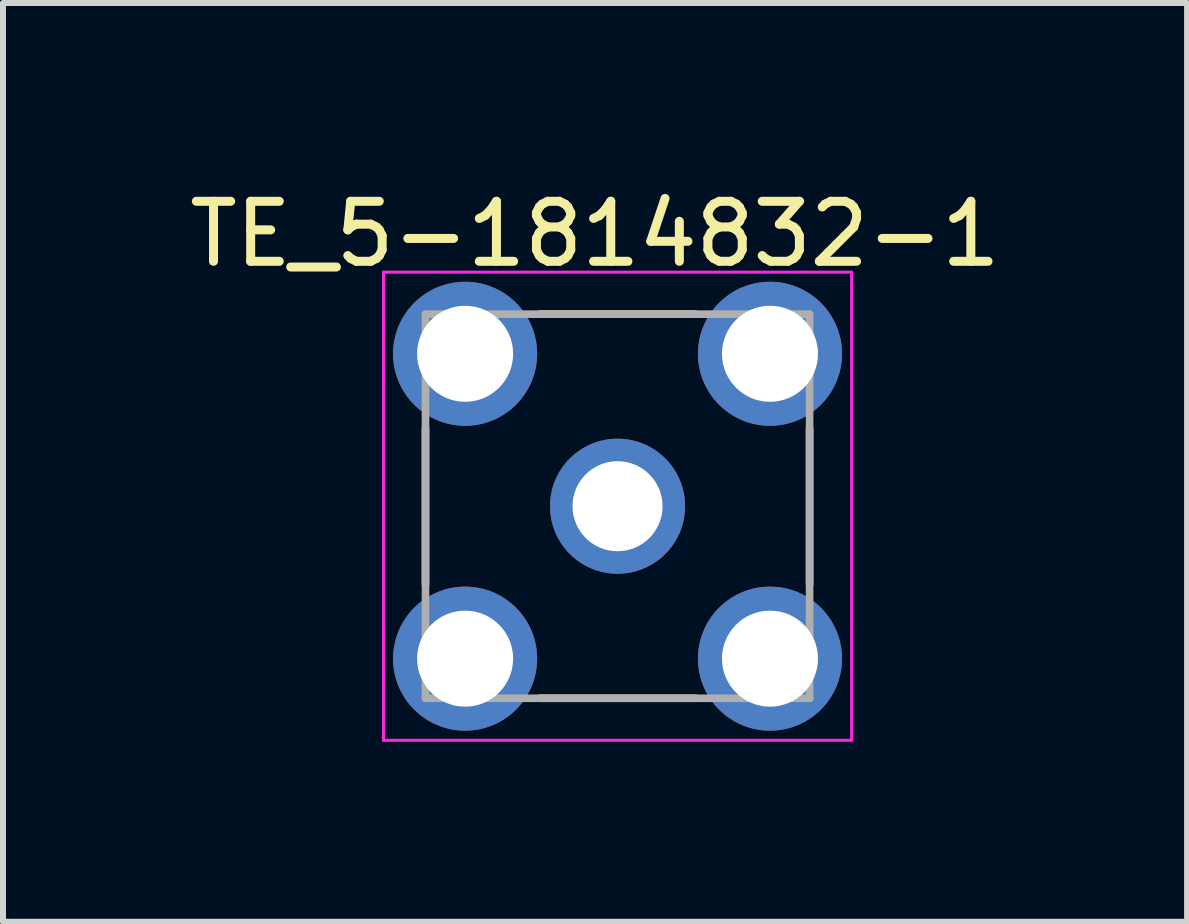
<source format=kicad_pcb>
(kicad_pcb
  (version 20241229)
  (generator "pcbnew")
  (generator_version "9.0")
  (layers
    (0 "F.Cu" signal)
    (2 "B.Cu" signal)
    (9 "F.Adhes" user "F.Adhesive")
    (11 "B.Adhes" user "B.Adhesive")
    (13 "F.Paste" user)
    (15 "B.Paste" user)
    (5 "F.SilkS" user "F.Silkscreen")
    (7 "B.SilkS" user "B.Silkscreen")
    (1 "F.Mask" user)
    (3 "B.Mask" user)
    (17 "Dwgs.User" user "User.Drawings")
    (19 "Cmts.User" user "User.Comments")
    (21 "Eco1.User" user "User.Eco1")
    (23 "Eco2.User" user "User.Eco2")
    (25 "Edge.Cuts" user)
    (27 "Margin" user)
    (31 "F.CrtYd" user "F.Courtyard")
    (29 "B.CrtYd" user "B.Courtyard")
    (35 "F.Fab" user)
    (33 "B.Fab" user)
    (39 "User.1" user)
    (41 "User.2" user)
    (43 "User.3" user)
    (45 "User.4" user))
  (footprint "TE_5-1814832-1"
    (layer "F.Cu")
    (at 7.24 5.385)
    (property "Reference" "TE_5-1814832-1" (at -0.375 -4.536 0) (layer "F.SilkS") (effects (font (size 1 1) (thickness 0.15))))
    (attr through_hole)
    (fp_line (start -3.2 1.3) (end -3.2 -1.3) (stroke (width 0.127) (type solid)) (layer "F.SilkS"))
    (fp_line (start -1.3 -3.2) (end 1.3 -3.2) (stroke (width 0.127) (type solid)) (layer "F.SilkS"))
    (fp_line (start 1.3 3.2) (end -1.3 3.2) (stroke (width 0.127) (type solid)) (layer "F.SilkS"))
    (fp_line (start 3.2 1.3) (end 3.2 -1.3) (stroke (width 0.127) (type solid)) (layer "F.SilkS"))
    (fp_line (start -3.9 -3.9) (end 3.9 -3.9) (stroke (width 0.05) (type solid)) (layer "F.CrtYd"))
    (fp_line (start -3.9 3.9) (end -3.9 -3.9) (stroke (width 0.05) (type solid)) (layer "F.CrtYd"))
    (fp_line (start 3.9 -3.9) (end 3.9 3.9) (stroke (width 0.05) (type solid)) (layer "F.CrtYd"))
    (fp_line (start 3.9 3.9) (end -3.9 3.9) (stroke (width 0.05) (type solid)) (layer "F.CrtYd"))
    (fp_line (start -3.2 -3.2) (end 3.2 -3.2) (stroke (width 0.127) (type solid)) (layer "F.Fab"))
    (fp_line (start -3.2 3.2) (end -3.2 -3.2) (stroke (width 0.127) (type solid)) (layer "F.Fab"))
    (fp_line (start 3.2 -3.2) (end 3.2 3.2) (stroke (width 0.127) (type solid)) (layer "F.Fab"))
    (fp_line (start 3.2 3.2) (end -3.2 3.2) (stroke (width 0.127) (type solid)) (layer "F.Fab"))
    (pad "1" thru_hole circle (at 0 0) (size 2.25 2.25) (drill 1.5) (layers "*.Cu" "*.Mask"))
    (pad "2" thru_hole circle (at -2.54 -2.54) (size 2.4 2.4) (drill 1.6) (layers "*.Cu" "*.Mask"))
    (pad "2" thru_hole circle (at -2.54 2.54) (size 2.4 2.4) (drill 1.6) (layers "*.Cu" "*.Mask"))
    (pad "2" thru_hole circle (at 2.54 -2.54) (size 2.4 2.4) (drill 1.6) (layers "*.Cu" "*.Mask"))
    (pad "2" thru_hole circle (at 2.54 2.54) (size 2.4 2.4) (drill 1.6) (layers "*.Cu" "*.Mask")))
  (gr_rect
    (start -3 -3)
    (end 16.73 12.31)
    (stroke (width 0.1) (type default))
    (fill no)
    (layer "Edge.Cuts")))
</source>
